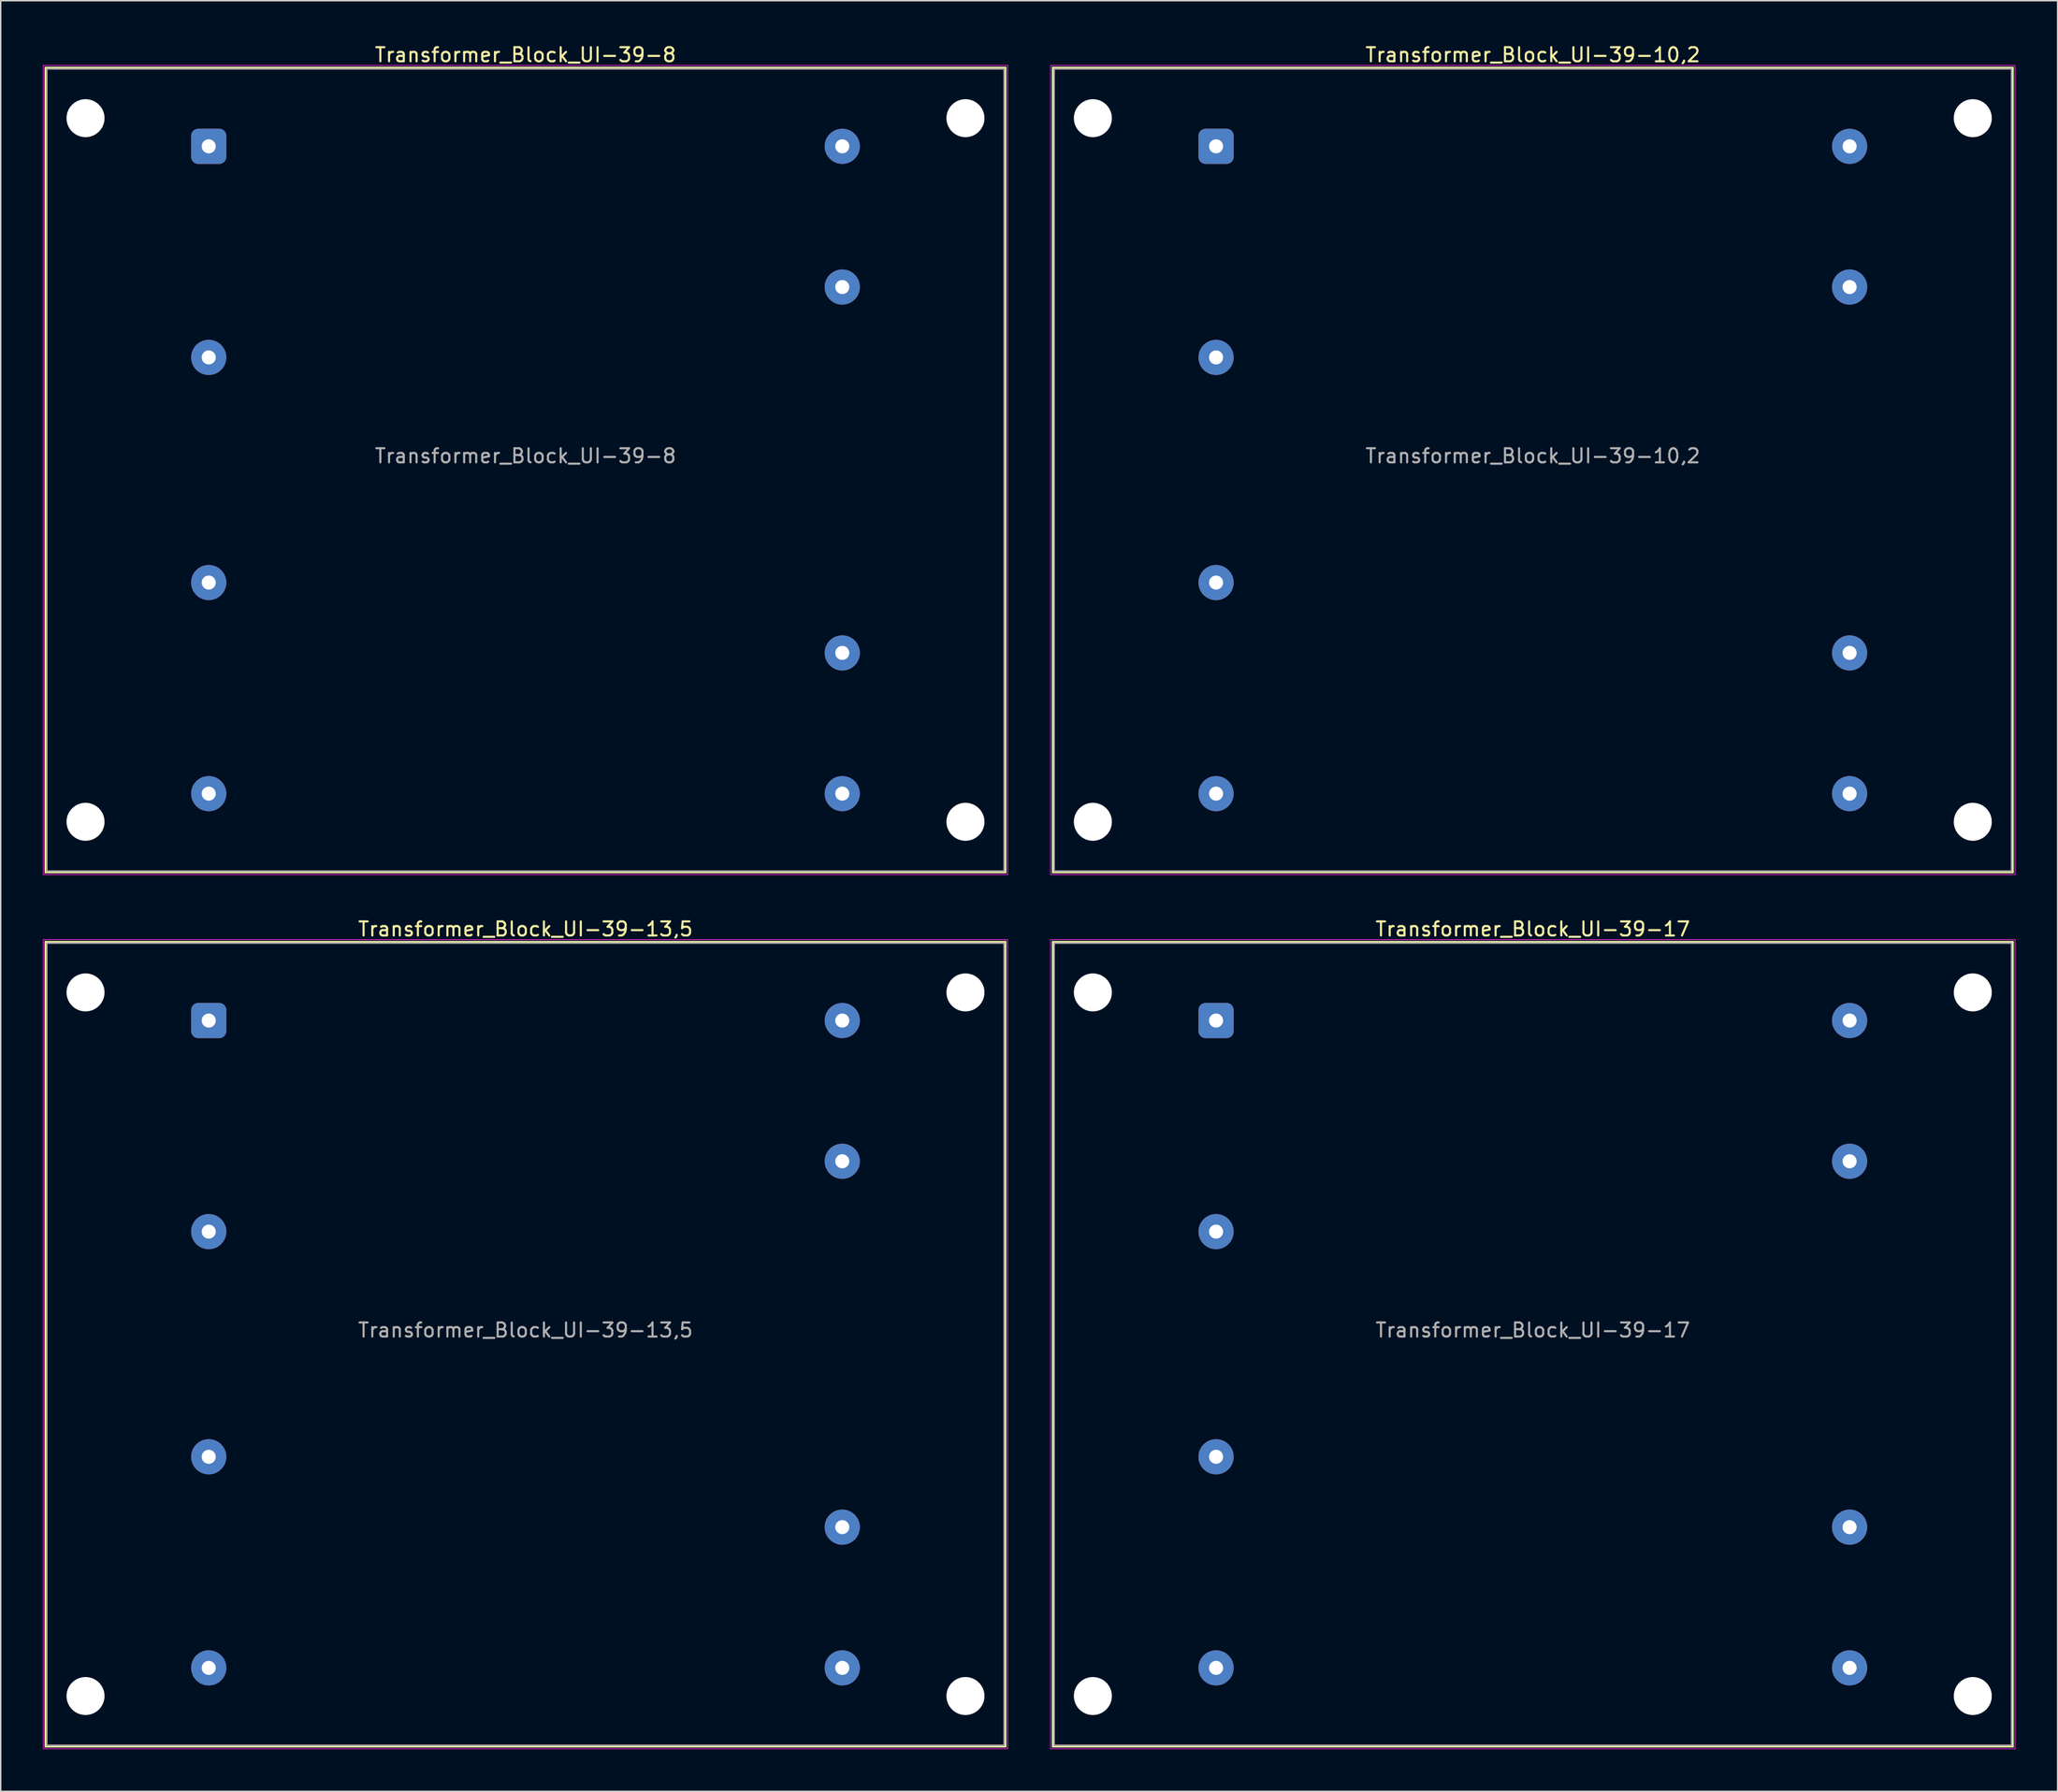
<source format=kicad_pcb>
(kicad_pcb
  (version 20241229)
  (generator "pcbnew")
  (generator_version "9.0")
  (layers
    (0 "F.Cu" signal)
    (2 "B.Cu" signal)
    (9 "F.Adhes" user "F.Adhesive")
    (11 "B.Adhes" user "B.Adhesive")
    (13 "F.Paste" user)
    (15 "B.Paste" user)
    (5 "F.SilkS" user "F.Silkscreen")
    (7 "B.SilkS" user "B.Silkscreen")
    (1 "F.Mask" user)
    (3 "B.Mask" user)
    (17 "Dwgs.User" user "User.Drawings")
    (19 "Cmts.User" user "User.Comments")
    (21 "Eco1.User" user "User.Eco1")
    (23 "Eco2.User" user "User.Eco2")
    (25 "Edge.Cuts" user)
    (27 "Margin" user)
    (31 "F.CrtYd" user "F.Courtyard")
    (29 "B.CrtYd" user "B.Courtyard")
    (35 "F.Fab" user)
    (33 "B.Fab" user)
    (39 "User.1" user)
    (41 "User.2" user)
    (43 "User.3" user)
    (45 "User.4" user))
  (footprint "Transformer_Block_UI-39-13,5"
    (layer "F.Cu")
    (at 11.775 69.472)
    (property "Reference" "Transformer_Block_UI-39-13,5" (at 22.5 -6.5 0) (layer "F.SilkS") (effects (font (size 1 1) (thickness 0.15))))
    (attr through_hole)
    (fp_line (start -11.6 -5.6) (end -11.6 51.6) (stroke (width 0.12) (type solid)) (layer "F.SilkS"))
    (fp_line (start -11.6 51.6) (end 56.6 51.6) (stroke (width 0.12) (type solid)) (layer "F.SilkS"))
    (fp_line (start 56.6 -5.6) (end -11.6 -5.6) (stroke (width 0.12) (type solid)) (layer "F.SilkS"))
    (fp_line (start 56.6 51.6) (end 56.6 -5.6) (stroke (width 0.12) (type solid)) (layer "F.SilkS"))
    (fp_line (start -11.75 -5.75) (end -11.75 51.75) (stroke (width 0.05) (type solid)) (layer "F.CrtYd"))
    (fp_line (start -11.75 51.75) (end 56.75 51.75) (stroke (width 0.05) (type solid)) (layer "F.CrtYd"))
    (fp_line (start 56.75 -5.75) (end -11.75 -5.75) (stroke (width 0.05) (type solid)) (layer "F.CrtYd"))
    (fp_line (start 56.75 51.75) (end 56.75 -5.75) (stroke (width 0.05) (type solid)) (layer "F.CrtYd"))
    (fp_line (start -11.5 -5.5) (end -11.5 51.5) (stroke (width 0.1) (type solid)) (layer "F.Fab"))
    (fp_line (start -11.5 51.5) (end 56.5 51.5) (stroke (width 0.1) (type solid)) (layer "F.Fab"))
    (fp_line (start 56.5 -5.5) (end -11.5 -5.5) (stroke (width 0.1) (type solid)) (layer "F.Fab"))
    (fp_line (start 56.5 51.5) (end 56.5 -5.5) (stroke (width 0.1) (type solid)) (layer "F.Fab"))
    (fp_text user "${REFERENCE}" (at 22.5 22 0) (layer "F.Fab") (effects (font (size 1 1) (thickness 0.15))))
    (pad "" np_thru_hole circle (at -8.75 -2) (size 2.7 2.7) (drill 2.7) (layers "*.Cu" "*.Mask"))
    (pad "" np_thru_hole circle (at -8.75 48) (size 2.7 2.7) (drill 2.7) (layers "*.Cu" "*.Mask"))
    (pad "" np_thru_hole circle (at 53.75 -2) (size 2.7 2.7) (drill 2.7) (layers "*.Cu" "*.Mask"))
    (pad "" np_thru_hole circle (at 53.75 48) (size 2.7 2.7) (drill 2.7) (layers "*.Cu" "*.Mask"))
    (pad "1" thru_hole roundrect (at 0 0) (size 2.5 2.5) (drill 1) (layers "*.Cu" "*.Mask") (roundrect_rratio 0.2))
    (pad "2" thru_hole circle (at 0 15) (size 2.5 2.5) (drill 1) (layers "*.Cu" "*.Mask"))
    (pad "3" thru_hole circle (at 0 31) (size 2.5 2.5) (drill 1) (layers "*.Cu" "*.Mask"))
    (pad "4" thru_hole circle (at 0 46) (size 2.5 2.5) (drill 1) (layers "*.Cu" "*.Mask"))
    (pad "5" thru_hole circle (at 45 46) (size 2.5 2.5) (drill 1) (layers "*.Cu" "*.Mask"))
    (pad "6" thru_hole circle (at 45 36) (size 2.5 2.5) (drill 1) (layers "*.Cu" "*.Mask"))
    (pad "7" thru_hole circle (at 45 10) (size 2.5 2.5) (drill 1) (layers "*.Cu" "*.Mask"))
    (pad "8" thru_hole circle (at 45 0) (size 2.5 2.5) (drill 1) (layers "*.Cu" "*.Mask")))
  (footprint "Transformer_Block_UI-39-17"
    (layer "F.Cu")
    (at 83.325 69.472)
    (property "Reference" "Transformer_Block_UI-39-17" (at 22.5 -6.5 0) (layer "F.SilkS") (effects (font (size 1 1) (thickness 0.15))))
    (attr through_hole)
    (fp_line (start -11.6 -5.6) (end -11.6 51.6) (stroke (width 0.12) (type solid)) (layer "F.SilkS"))
    (fp_line (start -11.6 51.6) (end 56.6 51.6) (stroke (width 0.12) (type solid)) (layer "F.SilkS"))
    (fp_line (start 56.6 -5.6) (end -11.6 -5.6) (stroke (width 0.12) (type solid)) (layer "F.SilkS"))
    (fp_line (start 56.6 51.6) (end 56.6 -5.6) (stroke (width 0.12) (type solid)) (layer "F.SilkS"))
    (fp_line (start -11.75 -5.75) (end -11.75 51.75) (stroke (width 0.05) (type solid)) (layer "F.CrtYd"))
    (fp_line (start -11.75 51.75) (end 56.75 51.75) (stroke (width 0.05) (type solid)) (layer "F.CrtYd"))
    (fp_line (start 56.75 -5.75) (end -11.75 -5.75) (stroke (width 0.05) (type solid)) (layer "F.CrtYd"))
    (fp_line (start 56.75 51.75) (end 56.75 -5.75) (stroke (width 0.05) (type solid)) (layer "F.CrtYd"))
    (fp_line (start -11.5 -5.5) (end -11.5 51.5) (stroke (width 0.1) (type solid)) (layer "F.Fab"))
    (fp_line (start -11.5 51.5) (end 56.5 51.5) (stroke (width 0.1) (type solid)) (layer "F.Fab"))
    (fp_line (start 56.5 -5.5) (end -11.5 -5.5) (stroke (width 0.1) (type solid)) (layer "F.Fab"))
    (fp_line (start 56.5 51.5) (end 56.5 -5.5) (stroke (width 0.1) (type solid)) (layer "F.Fab"))
    (fp_text user "${REFERENCE}" (at 22.5 22 0) (layer "F.Fab") (effects (font (size 1 1) (thickness 0.15))))
    (pad "" np_thru_hole circle (at -8.75 -2) (size 2.7 2.7) (drill 2.7) (layers "*.Cu" "*.Mask"))
    (pad "" np_thru_hole circle (at -8.75 48) (size 2.7 2.7) (drill 2.7) (layers "*.Cu" "*.Mask"))
    (pad "" np_thru_hole circle (at 53.75 -2) (size 2.7 2.7) (drill 2.7) (layers "*.Cu" "*.Mask"))
    (pad "" np_thru_hole circle (at 53.75 48) (size 2.7 2.7) (drill 2.7) (layers "*.Cu" "*.Mask"))
    (pad "1" thru_hole roundrect (at 0 0) (size 2.5 2.5) (drill 1) (layers "*.Cu" "*.Mask") (roundrect_rratio 0.2))
    (pad "2" thru_hole circle (at 0 15) (size 2.5 2.5) (drill 1) (layers "*.Cu" "*.Mask"))
    (pad "3" thru_hole circle (at 0 31) (size 2.5 2.5) (drill 1) (layers "*.Cu" "*.Mask"))
    (pad "4" thru_hole circle (at 0 46) (size 2.5 2.5) (drill 1) (layers "*.Cu" "*.Mask"))
    (pad "5" thru_hole circle (at 45 46) (size 2.5 2.5) (drill 1) (layers "*.Cu" "*.Mask"))
    (pad "6" thru_hole circle (at 45 36) (size 2.5 2.5) (drill 1) (layers "*.Cu" "*.Mask"))
    (pad "7" thru_hole circle (at 45 10) (size 2.5 2.5) (drill 1) (layers "*.Cu" "*.Mask"))
    (pad "8" thru_hole circle (at 45 0) (size 2.5 2.5) (drill 1) (layers "*.Cu" "*.Mask")))
  (footprint "Transformer_Block_UI-39-8"
    (layer "F.Cu")
    (at 11.775 7.348)
    (property "Reference" "Transformer_Block_UI-39-8" (at 22.5 -6.5 0) (layer "F.SilkS") (effects (font (size 1 1) (thickness 0.15))))
    (attr through_hole)
    (fp_line (start -11.6 -5.6) (end -11.6 51.6) (stroke (width 0.12) (type solid)) (layer "F.SilkS"))
    (fp_line (start -11.6 51.6) (end 56.6 51.6) (stroke (width 0.12) (type solid)) (layer "F.SilkS"))
    (fp_line (start 56.6 -5.6) (end -11.6 -5.6) (stroke (width 0.12) (type solid)) (layer "F.SilkS"))
    (fp_line (start 56.6 51.6) (end 56.6 -5.6) (stroke (width 0.12) (type solid)) (layer "F.SilkS"))
    (fp_line (start -11.75 -5.75) (end -11.75 51.75) (stroke (width 0.05) (type solid)) (layer "F.CrtYd"))
    (fp_line (start -11.75 51.75) (end 56.75 51.75) (stroke (width 0.05) (type solid)) (layer "F.CrtYd"))
    (fp_line (start 56.75 -5.75) (end -11.75 -5.75) (stroke (width 0.05) (type solid)) (layer "F.CrtYd"))
    (fp_line (start 56.75 51.75) (end 56.75 -5.75) (stroke (width 0.05) (type solid)) (layer "F.CrtYd"))
    (fp_line (start -11.5 -5.5) (end -11.5 51.5) (stroke (width 0.1) (type solid)) (layer "F.Fab"))
    (fp_line (start -11.5 51.5) (end 56.5 51.5) (stroke (width 0.1) (type solid)) (layer "F.Fab"))
    (fp_line (start 56.5 -5.5) (end -11.5 -5.5) (stroke (width 0.1) (type solid)) (layer "F.Fab"))
    (fp_line (start 56.5 51.5) (end 56.5 -5.5) (stroke (width 0.1) (type solid)) (layer "F.Fab"))
    (fp_text user "${REFERENCE}" (at 22.5 22 0) (layer "F.Fab") (effects (font (size 1 1) (thickness 0.15))))
    (pad "" np_thru_hole circle (at -8.75 -2) (size 2.7 2.7) (drill 2.7) (layers "*.Cu" "*.Mask"))
    (pad "" np_thru_hole circle (at -8.75 48) (size 2.7 2.7) (drill 2.7) (layers "*.Cu" "*.Mask"))
    (pad "" np_thru_hole circle (at 53.75 -2) (size 2.7 2.7) (drill 2.7) (layers "*.Cu" "*.Mask"))
    (pad "" np_thru_hole circle (at 53.75 48) (size 2.7 2.7) (drill 2.7) (layers "*.Cu" "*.Mask"))
    (pad "1" thru_hole roundrect (at 0 0) (size 2.5 2.5) (drill 1) (layers "*.Cu" "*.Mask") (roundrect_rratio 0.2))
    (pad "2" thru_hole circle (at 0 15) (size 2.5 2.5) (drill 1) (layers "*.Cu" "*.Mask"))
    (pad "3" thru_hole circle (at 0 31) (size 2.5 2.5) (drill 1) (layers "*.Cu" "*.Mask"))
    (pad "4" thru_hole circle (at 0 46) (size 2.5 2.5) (drill 1) (layers "*.Cu" "*.Mask"))
    (pad "5" thru_hole circle (at 45 46) (size 2.5 2.5) (drill 1) (layers "*.Cu" "*.Mask"))
    (pad "6" thru_hole circle (at 45 36) (size 2.5 2.5) (drill 1) (layers "*.Cu" "*.Mask"))
    (pad "7" thru_hole circle (at 45 10) (size 2.5 2.5) (drill 1) (layers "*.Cu" "*.Mask"))
    (pad "8" thru_hole circle (at 45 0) (size 2.5 2.5) (drill 1) (layers "*.Cu" "*.Mask")))
  (footprint "Transformer_Block_UI-39-10,2"
    (layer "F.Cu")
    (at 83.325 7.348)
    (property "Reference" "Transformer_Block_UI-39-10,2" (at 22.5 -6.5 0) (layer "F.SilkS") (effects (font (size 1 1) (thickness 0.15))))
    (attr through_hole)
    (fp_line (start -11.6 -5.6) (end -11.6 51.6) (stroke (width 0.12) (type solid)) (layer "F.SilkS"))
    (fp_line (start -11.6 51.6) (end 56.6 51.6) (stroke (width 0.12) (type solid)) (layer "F.SilkS"))
    (fp_line (start 56.6 -5.6) (end -11.6 -5.6) (stroke (width 0.12) (type solid)) (layer "F.SilkS"))
    (fp_line (start 56.6 51.6) (end 56.6 -5.6) (stroke (width 0.12) (type solid)) (layer "F.SilkS"))
    (fp_line (start -11.75 -5.75) (end -11.75 51.75) (stroke (width 0.05) (type solid)) (layer "F.CrtYd"))
    (fp_line (start -11.75 51.75) (end 56.75 51.75) (stroke (width 0.05) (type solid)) (layer "F.CrtYd"))
    (fp_line (start 56.75 -5.75) (end -11.75 -5.75) (stroke (width 0.05) (type solid)) (layer "F.CrtYd"))
    (fp_line (start 56.75 51.75) (end 56.75 -5.75) (stroke (width 0.05) (type solid)) (layer "F.CrtYd"))
    (fp_line (start -11.5 -5.5) (end -11.5 51.5) (stroke (width 0.1) (type solid)) (layer "F.Fab"))
    (fp_line (start -11.5 51.5) (end 56.5 51.5) (stroke (width 0.1) (type solid)) (layer "F.Fab"))
    (fp_line (start 56.5 -5.5) (end -11.5 -5.5) (stroke (width 0.1) (type solid)) (layer "F.Fab"))
    (fp_line (start 56.5 51.5) (end 56.5 -5.5) (stroke (width 0.1) (type solid)) (layer "F.Fab"))
    (fp_text user "${REFERENCE}" (at 22.5 22 0) (layer "F.Fab") (effects (font (size 1 1) (thickness 0.15))))
    (pad "" np_thru_hole circle (at -8.75 -2) (size 2.7 2.7) (drill 2.7) (layers "*.Cu" "*.Mask"))
    (pad "" np_thru_hole circle (at -8.75 48) (size 2.7 2.7) (drill 2.7) (layers "*.Cu" "*.Mask"))
    (pad "" np_thru_hole circle (at 53.75 -2) (size 2.7 2.7) (drill 2.7) (layers "*.Cu" "*.Mask"))
    (pad "" np_thru_hole circle (at 53.75 48) (size 2.7 2.7) (drill 2.7) (layers "*.Cu" "*.Mask"))
    (pad "1" thru_hole roundrect (at 0 0) (size 2.5 2.5) (drill 1) (layers "*.Cu" "*.Mask") (roundrect_rratio 0.2))
    (pad "2" thru_hole circle (at 0 15) (size 2.5 2.5) (drill 1) (layers "*.Cu" "*.Mask"))
    (pad "3" thru_hole circle (at 0 31) (size 2.5 2.5) (drill 1) (layers "*.Cu" "*.Mask"))
    (pad "4" thru_hole circle (at 0 46) (size 2.5 2.5) (drill 1) (layers "*.Cu" "*.Mask"))
    (pad "5" thru_hole circle (at 45 46) (size 2.5 2.5) (drill 1) (layers "*.Cu" "*.Mask"))
    (pad "6" thru_hole circle (at 45 36) (size 2.5 2.5) (drill 1) (layers "*.Cu" "*.Mask"))
    (pad "7" thru_hole circle (at 45 10) (size 2.5 2.5) (drill 1) (layers "*.Cu" "*.Mask"))
    (pad "8" thru_hole circle (at 45 0) (size 2.5 2.5) (drill 1) (layers "*.Cu" "*.Mask")))
  (gr_rect
    (start -3 -3)
    (end 143.1 124.246)
    (stroke (width 0.1) (type default))
    (fill no)
    (layer "Edge.Cuts")))
</source>
